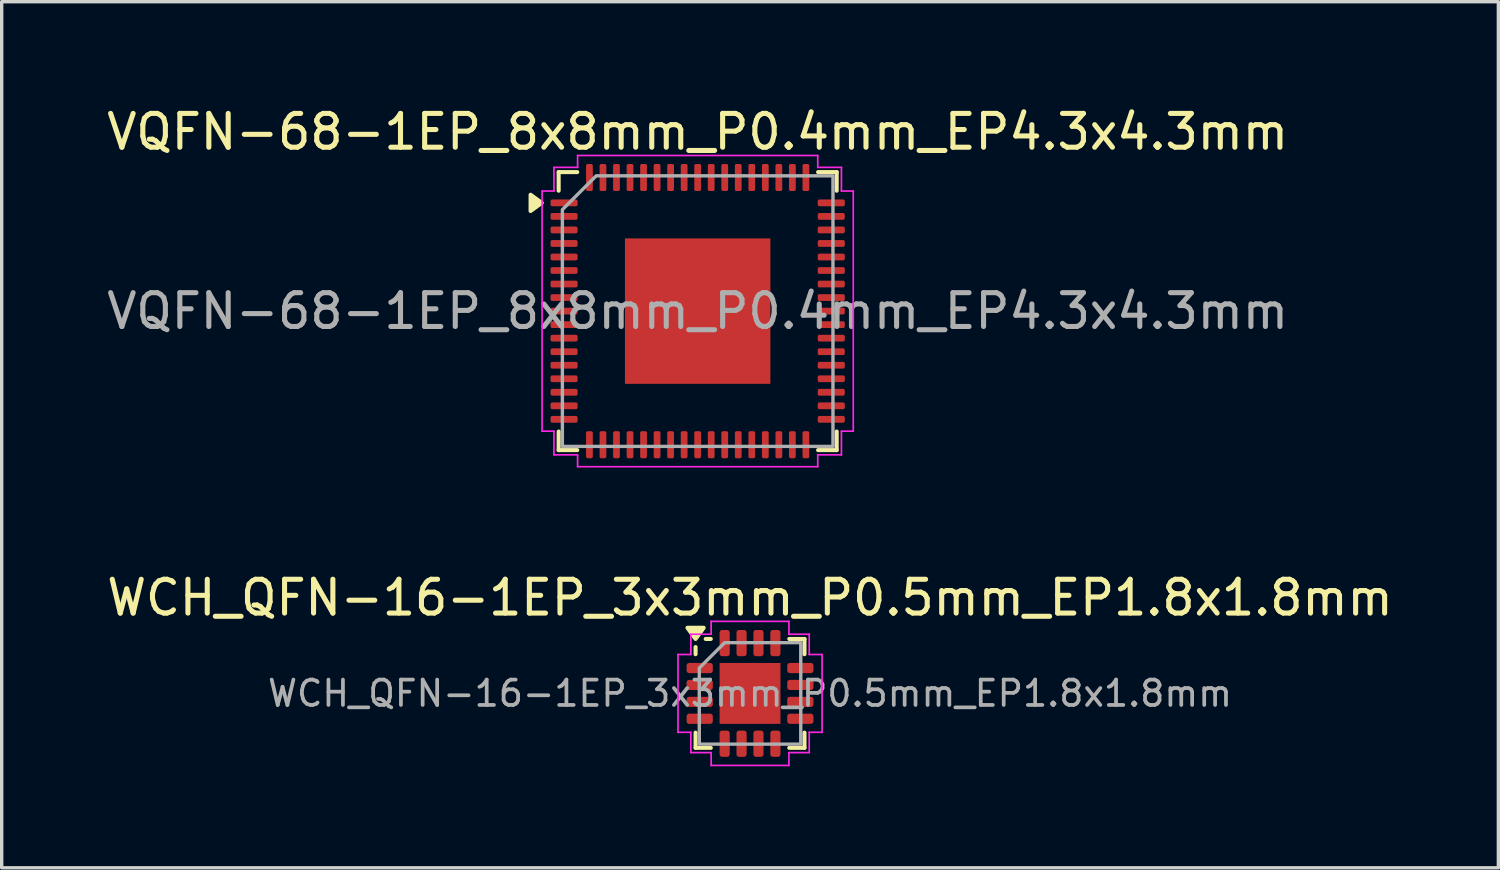
<source format=kicad_pcb>
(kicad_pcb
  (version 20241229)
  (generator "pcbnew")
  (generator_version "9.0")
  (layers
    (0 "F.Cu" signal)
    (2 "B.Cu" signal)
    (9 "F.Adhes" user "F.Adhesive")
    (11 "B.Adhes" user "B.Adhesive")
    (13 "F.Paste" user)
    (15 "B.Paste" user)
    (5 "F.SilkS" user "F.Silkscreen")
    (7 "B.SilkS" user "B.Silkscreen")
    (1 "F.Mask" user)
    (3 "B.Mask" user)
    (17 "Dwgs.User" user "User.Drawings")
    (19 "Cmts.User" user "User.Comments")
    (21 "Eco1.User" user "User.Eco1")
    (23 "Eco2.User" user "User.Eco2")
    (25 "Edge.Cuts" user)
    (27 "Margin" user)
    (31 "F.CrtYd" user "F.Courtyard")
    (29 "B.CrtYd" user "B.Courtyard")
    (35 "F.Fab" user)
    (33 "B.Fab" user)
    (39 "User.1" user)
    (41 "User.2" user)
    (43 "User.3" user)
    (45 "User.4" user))
  (footprint "VQFN-68-1EP_8x8mm_P0.4mm_EP4.3x4.3mm"
    (layer "F.Cu")
    (at 17.577 6.148)
    (property "Reference" "VQFN-68-1EP_8x8mm_P0.4mm_EP4.3x4.3mm" (at 0 -5.3 0) (layer "F.SilkS") (effects (font (size 1 1) (thickness 0.15))))
    (attr smd)
    (fp_line (start -4.11 -4.11) (end -3.56 -4.11) (stroke (width 0.12) (type solid)) (layer "F.SilkS"))
    (fp_line (start -4.11 -3.56) (end -4.11 -4.11) (stroke (width 0.12) (type solid)) (layer "F.SilkS"))
    (fp_line (start -4.11 4.11) (end -4.11 3.56) (stroke (width 0.12) (type solid)) (layer "F.SilkS"))
    (fp_line (start -3.56 4.11) (end -4.11 4.11) (stroke (width 0.12) (type solid)) (layer "F.SilkS"))
    (fp_line (start 3.56 -4.11) (end 4.11 -4.11) (stroke (width 0.12) (type solid)) (layer "F.SilkS"))
    (fp_line (start 4.11 -4.11) (end 4.11 -3.56) (stroke (width 0.12) (type solid)) (layer "F.SilkS"))
    (fp_line (start 4.11 3.56) (end 4.11 4.11) (stroke (width 0.12) (type solid)) (layer "F.SilkS"))
    (fp_line (start 4.11 4.11) (end 3.56 4.11) (stroke (width 0.12) (type solid)) (layer "F.SilkS"))
    (fp_poly (pts (xy -4.61 -3.2) (xy -4.94 -2.96) (xy -4.94 -3.44)) (stroke (width 0.12) (type solid)) (fill yes) (layer "F.SilkS"))
    (fp_line (start -4.6 -3.55) (end -4.25 -3.55) (stroke (width 0.05) (type solid)) (layer "F.CrtYd"))
    (fp_line (start -4.6 3.55) (end -4.6 -3.55) (stroke (width 0.05) (type solid)) (layer "F.CrtYd"))
    (fp_line (start -4.25 -4.25) (end -3.55 -4.25) (stroke (width 0.05) (type solid)) (layer "F.CrtYd"))
    (fp_line (start -4.25 -3.55) (end -4.25 -4.25) (stroke (width 0.05) (type solid)) (layer "F.CrtYd"))
    (fp_line (start -4.25 3.55) (end -4.6 3.55) (stroke (width 0.05) (type solid)) (layer "F.CrtYd"))
    (fp_line (start -4.25 4.25) (end -4.25 3.55) (stroke (width 0.05) (type solid)) (layer "F.CrtYd"))
    (fp_line (start -3.55 -4.6) (end 3.55 -4.6) (stroke (width 0.05) (type solid)) (layer "F.CrtYd"))
    (fp_line (start -3.55 -4.25) (end -3.55 -4.6) (stroke (width 0.05) (type solid)) (layer "F.CrtYd"))
    (fp_line (start -3.55 4.25) (end -4.25 4.25) (stroke (width 0.05) (type solid)) (layer "F.CrtYd"))
    (fp_line (start -3.55 4.6) (end -3.55 4.25) (stroke (width 0.05) (type solid)) (layer "F.CrtYd"))
    (fp_line (start 3.55 -4.6) (end 3.55 -4.25) (stroke (width 0.05) (type solid)) (layer "F.CrtYd"))
    (fp_line (start 3.55 -4.25) (end 4.25 -4.25) (stroke (width 0.05) (type solid)) (layer "F.CrtYd"))
    (fp_line (start 3.55 4.25) (end 3.55 4.6) (stroke (width 0.05) (type solid)) (layer "F.CrtYd"))
    (fp_line (start 3.55 4.6) (end -3.55 4.6) (stroke (width 0.05) (type solid)) (layer "F.CrtYd"))
    (fp_line (start 4.25 -4.25) (end 4.25 -3.55) (stroke (width 0.05) (type solid)) (layer "F.CrtYd"))
    (fp_line (start 4.25 -3.55) (end 4.6 -3.55) (stroke (width 0.05) (type solid)) (layer "F.CrtYd"))
    (fp_line (start 4.25 3.55) (end 4.25 4.25) (stroke (width 0.05) (type solid)) (layer "F.CrtYd"))
    (fp_line (start 4.25 4.25) (end 3.55 4.25) (stroke (width 0.05) (type solid)) (layer "F.CrtYd"))
    (fp_line (start 4.6 -3.55) (end 4.6 3.55) (stroke (width 0.05) (type solid)) (layer "F.CrtYd"))
    (fp_line (start 4.6 3.55) (end 4.25 3.55) (stroke (width 0.05) (type solid)) (layer "F.CrtYd"))
    (fp_poly (pts (xy -3 -4) (xy 4 -4) (xy 4 4) (xy -4 4) (xy -4 -3)) (stroke (width 0.1) (type solid)) (fill no) (layer "F.Fab"))
    (fp_text user "${REFERENCE}" (at 0 0 0) (layer "F.Fab") (effects (font (size 1 1) (thickness 0.15))))
    (pad "" smd roundrect (at -1.43 -1.43) (size 1.16 1.16) (layers "F.Paste") (roundrect_rratio 0.216))
    (pad "" smd roundrect (at -1.43 0) (size 1.16 1.16) (layers "F.Paste") (roundrect_rratio 0.216))
    (pad "" smd roundrect (at -1.43 1.43) (size 1.16 1.16) (layers "F.Paste") (roundrect_rratio 0.216))
    (pad "" smd roundrect (at 0 -1.43) (size 1.16 1.16) (layers "F.Paste") (roundrect_rratio 0.216))
    (pad "" smd roundrect (at 0 0) (size 1.16 1.16) (layers "F.Paste") (roundrect_rratio 0.216))
    (pad "" smd roundrect (at 0 1.43) (size 1.16 1.16) (layers "F.Paste") (roundrect_rratio 0.216))
    (pad "" smd roundrect (at 1.43 -1.43) (size 1.16 1.16) (layers "F.Paste") (roundrect_rratio 0.216))
    (pad "" smd roundrect (at 1.43 0) (size 1.16 1.16) (layers "F.Paste") (roundrect_rratio 0.216))
    (pad "" smd roundrect (at 1.43 1.43) (size 1.16 1.16) (layers "F.Paste") (roundrect_rratio 0.216))
    (pad "1" smd roundrect (at -3.95 -3.2) (size 0.8 0.2) (layers "F.Cu" "F.Mask" "F.Paste") (roundrect_rratio 0.25))
    (pad "2" smd roundrect (at -3.95 -2.8) (size 0.8 0.2) (layers "F.Cu" "F.Mask" "F.Paste") (roundrect_rratio 0.25))
    (pad "3" smd roundrect (at -3.95 -2.4) (size 0.8 0.2) (layers "F.Cu" "F.Mask" "F.Paste") (roundrect_rratio 0.25))
    (pad "4" smd roundrect (at -3.95 -2) (size 0.8 0.2) (layers "F.Cu" "F.Mask" "F.Paste") (roundrect_rratio 0.25))
    (pad "5" smd roundrect (at -3.95 -1.6) (size 0.8 0.2) (layers "F.Cu" "F.Mask" "F.Paste") (roundrect_rratio 0.25))
    (pad "6" smd roundrect (at -3.95 -1.2) (size 0.8 0.2) (layers "F.Cu" "F.Mask" "F.Paste") (roundrect_rratio 0.25))
    (pad "7" smd roundrect (at -3.95 -0.8) (size 0.8 0.2) (layers "F.Cu" "F.Mask" "F.Paste") (roundrect_rratio 0.25))
    (pad "8" smd roundrect (at -3.95 -0.4) (size 0.8 0.2) (layers "F.Cu" "F.Mask" "F.Paste") (roundrect_rratio 0.25))
    (pad "9" smd roundrect (at -3.95 0) (size 0.8 0.2) (layers "F.Cu" "F.Mask" "F.Paste") (roundrect_rratio 0.25))
    (pad "10" smd roundrect (at -3.95 0.4) (size 0.8 0.2) (layers "F.Cu" "F.Mask" "F.Paste") (roundrect_rratio 0.25))
    (pad "11" smd roundrect (at -3.95 0.8) (size 0.8 0.2) (layers "F.Cu" "F.Mask" "F.Paste") (roundrect_rratio 0.25))
    (pad "12" smd roundrect (at -3.95 1.2) (size 0.8 0.2) (layers "F.Cu" "F.Mask" "F.Paste") (roundrect_rratio 0.25))
    (pad "13" smd roundrect (at -3.95 1.6) (size 0.8 0.2) (layers "F.Cu" "F.Mask" "F.Paste") (roundrect_rratio 0.25))
    (pad "14" smd roundrect (at -3.95 2) (size 0.8 0.2) (layers "F.Cu" "F.Mask" "F.Paste") (roundrect_rratio 0.25))
    (pad "15" smd roundrect (at -3.95 2.4) (size 0.8 0.2) (layers "F.Cu" "F.Mask" "F.Paste") (roundrect_rratio 0.25))
    (pad "16" smd roundrect (at -3.95 2.8) (size 0.8 0.2) (layers "F.Cu" "F.Mask" "F.Paste") (roundrect_rratio 0.25))
    (pad "17" smd roundrect (at -3.95 3.2) (size 0.8 0.2) (layers "F.Cu" "F.Mask" "F.Paste") (roundrect_rratio 0.25))
    (pad "18" smd roundrect (at -3.2 3.95) (size 0.2 0.8) (layers "F.Cu" "F.Mask" "F.Paste") (roundrect_rratio 0.25))
    (pad "19" smd roundrect (at -2.8 3.95) (size 0.2 0.8) (layers "F.Cu" "F.Mask" "F.Paste") (roundrect_rratio 0.25))
    (pad "20" smd roundrect (at -2.4 3.95) (size 0.2 0.8) (layers "F.Cu" "F.Mask" "F.Paste") (roundrect_rratio 0.25))
    (pad "21" smd roundrect (at -2 3.95) (size 0.2 0.8) (layers "F.Cu" "F.Mask" "F.Paste") (roundrect_rratio 0.25))
    (pad "22" smd roundrect (at -1.6 3.95) (size 0.2 0.8) (layers "F.Cu" "F.Mask" "F.Paste") (roundrect_rratio 0.25))
    (pad "23" smd roundrect (at -1.2 3.95) (size 0.2 0.8) (layers "F.Cu" "F.Mask" "F.Paste") (roundrect_rratio 0.25))
    (pad "24" smd roundrect (at -0.8 3.95) (size 0.2 0.8) (layers "F.Cu" "F.Mask" "F.Paste") (roundrect_rratio 0.25))
    (pad "25" smd roundrect (at -0.4 3.95) (size 0.2 0.8) (layers "F.Cu" "F.Mask" "F.Paste") (roundrect_rratio 0.25))
    (pad "26" smd roundrect (at 0 3.95) (size 0.2 0.8) (layers "F.Cu" "F.Mask" "F.Paste") (roundrect_rratio 0.25))
    (pad "27" smd roundrect (at 0.4 3.95) (size 0.2 0.8) (layers "F.Cu" "F.Mask" "F.Paste") (roundrect_rratio 0.25))
    (pad "28" smd roundrect (at 0.8 3.95) (size 0.2 0.8) (layers "F.Cu" "F.Mask" "F.Paste") (roundrect_rratio 0.25))
    (pad "29" smd roundrect (at 1.2 3.95) (size 0.2 0.8) (layers "F.Cu" "F.Mask" "F.Paste") (roundrect_rratio 0.25))
    (pad "30" smd roundrect (at 1.6 3.95) (size 0.2 0.8) (layers "F.Cu" "F.Mask" "F.Paste") (roundrect_rratio 0.25))
    (pad "31" smd roundrect (at 2 3.95) (size 0.2 0.8) (layers "F.Cu" "F.Mask" "F.Paste") (roundrect_rratio 0.25))
    (pad "32" smd roundrect (at 2.4 3.95) (size 0.2 0.8) (layers "F.Cu" "F.Mask" "F.Paste") (roundrect_rratio 0.25))
    (pad "33" smd roundrect (at 2.8 3.95) (size 0.2 0.8) (layers "F.Cu" "F.Mask" "F.Paste") (roundrect_rratio 0.25))
    (pad "34" smd roundrect (at 3.2 3.95) (size 0.2 0.8) (layers "F.Cu" "F.Mask" "F.Paste") (roundrect_rratio 0.25))
    (pad "35" smd roundrect (at 3.95 3.2) (size 0.8 0.2) (layers "F.Cu" "F.Mask" "F.Paste") (roundrect_rratio 0.25))
    (pad "36" smd roundrect (at 3.95 2.8) (size 0.8 0.2) (layers "F.Cu" "F.Mask" "F.Paste") (roundrect_rratio 0.25))
    (pad "37" smd roundrect (at 3.95 2.4) (size 0.8 0.2) (layers "F.Cu" "F.Mask" "F.Paste") (roundrect_rratio 0.25))
    (pad "38" smd roundrect (at 3.95 2) (size 0.8 0.2) (layers "F.Cu" "F.Mask" "F.Paste") (roundrect_rratio 0.25))
    (pad "39" smd roundrect (at 3.95 1.6) (size 0.8 0.2) (layers "F.Cu" "F.Mask" "F.Paste") (roundrect_rratio 0.25))
    (pad "40" smd roundrect (at 3.95 1.2) (size 0.8 0.2) (layers "F.Cu" "F.Mask" "F.Paste") (roundrect_rratio 0.25))
    (pad "41" smd roundrect (at 3.95 0.8) (size 0.8 0.2) (layers "F.Cu" "F.Mask" "F.Paste") (roundrect_rratio 0.25))
    (pad "42" smd roundrect (at 3.95 0.4) (size 0.8 0.2) (layers "F.Cu" "F.Mask" "F.Paste") (roundrect_rratio 0.25))
    (pad "43" smd roundrect (at 3.95 0) (size 0.8 0.2) (layers "F.Cu" "F.Mask" "F.Paste") (roundrect_rratio 0.25))
    (pad "44" smd roundrect (at 3.95 -0.4) (size 0.8 0.2) (layers "F.Cu" "F.Mask" "F.Paste") (roundrect_rratio 0.25))
    (pad "45" smd roundrect (at 3.95 -0.8) (size 0.8 0.2) (layers "F.Cu" "F.Mask" "F.Paste") (roundrect_rratio 0.25))
    (pad "46" smd roundrect (at 3.95 -1.2) (size 0.8 0.2) (layers "F.Cu" "F.Mask" "F.Paste") (roundrect_rratio 0.25))
    (pad "47" smd roundrect (at 3.95 -1.6) (size 0.8 0.2) (layers "F.Cu" "F.Mask" "F.Paste") (roundrect_rratio 0.25))
    (pad "48" smd roundrect (at 3.95 -2) (size 0.8 0.2) (layers "F.Cu" "F.Mask" "F.Paste") (roundrect_rratio 0.25))
    (pad "49" smd roundrect (at 3.95 -2.4) (size 0.8 0.2) (layers "F.Cu" "F.Mask" "F.Paste") (roundrect_rratio 0.25))
    (pad "50" smd roundrect (at 3.95 -2.8) (size 0.8 0.2) (layers "F.Cu" "F.Mask" "F.Paste") (roundrect_rratio 0.25))
    (pad "51" smd roundrect (at 3.95 -3.2) (size 0.8 0.2) (layers "F.Cu" "F.Mask" "F.Paste") (roundrect_rratio 0.25))
    (pad "52" smd roundrect (at 3.2 -3.95) (size 0.2 0.8) (layers "F.Cu" "F.Mask" "F.Paste") (roundrect_rratio 0.25))
    (pad "53" smd roundrect (at 2.8 -3.95) (size 0.2 0.8) (layers "F.Cu" "F.Mask" "F.Paste") (roundrect_rratio 0.25))
    (pad "54" smd roundrect (at 2.4 -3.95) (size 0.2 0.8) (layers "F.Cu" "F.Mask" "F.Paste") (roundrect_rratio 0.25))
    (pad "55" smd roundrect (at 2 -3.95) (size 0.2 0.8) (layers "F.Cu" "F.Mask" "F.Paste") (roundrect_rratio 0.25))
    (pad "56" smd roundrect (at 1.6 -3.95) (size 0.2 0.8) (layers "F.Cu" "F.Mask" "F.Paste") (roundrect_rratio 0.25))
    (pad "57" smd roundrect (at 1.2 -3.95) (size 0.2 0.8) (layers "F.Cu" "F.Mask" "F.Paste") (roundrect_rratio 0.25))
    (pad "58" smd roundrect (at 0.8 -3.95) (size 0.2 0.8) (layers "F.Cu" "F.Mask" "F.Paste") (roundrect_rratio 0.25))
    (pad "59" smd roundrect (at 0.4 -3.95) (size 0.2 0.8) (layers "F.Cu" "F.Mask" "F.Paste") (roundrect_rratio 0.25))
    (pad "60" smd roundrect (at 0 -3.95) (size 0.2 0.8) (layers "F.Cu" "F.Mask" "F.Paste") (roundrect_rratio 0.25))
    (pad "61" smd roundrect (at -0.4 -3.95) (size 0.2 0.8) (layers "F.Cu" "F.Mask" "F.Paste") (roundrect_rratio 0.25))
    (pad "62" smd roundrect (at -0.8 -3.95) (size 0.2 0.8) (layers "F.Cu" "F.Mask" "F.Paste") (roundrect_rratio 0.25))
    (pad "63" smd roundrect (at -1.2 -3.95) (size 0.2 0.8) (layers "F.Cu" "F.Mask" "F.Paste") (roundrect_rratio 0.25))
    (pad "64" smd roundrect (at -1.6 -3.95) (size 0.2 0.8) (layers "F.Cu" "F.Mask" "F.Paste") (roundrect_rratio 0.25))
    (pad "65" smd roundrect (at -2 -3.95) (size 0.2 0.8) (layers "F.Cu" "F.Mask" "F.Paste") (roundrect_rratio 0.25))
    (pad "66" smd roundrect (at -2.4 -3.95) (size 0.2 0.8) (layers "F.Cu" "F.Mask" "F.Paste") (roundrect_rratio 0.25))
    (pad "67" smd roundrect (at -2.8 -3.95) (size 0.2 0.8) (layers "F.Cu" "F.Mask" "F.Paste") (roundrect_rratio 0.25))
    (pad "68" smd roundrect (at -3.2 -3.95) (size 0.2 0.8) (layers "F.Cu" "F.Mask" "F.Paste") (roundrect_rratio 0.25))
    (pad "69" smd rect (at 0 0) (size 4.3 4.3) (property pad_prop_heatsink) (layers "F.Cu" "F.Mask")))
  (footprint "WCH_QFN-16-1EP_3x3mm_P0.5mm_EP1.8x1.8mm"
    (layer "F.Cu")
    (at 19.125 17.451)
    (property "Reference" "WCH_QFN-16-1EP_3x3mm_P0.5mm_EP1.8x1.8mm" (at 0 -2.83 0) (layer "F.SilkS") (effects (font (size 1 1) (thickness 0.15))))
    (attr smd)
    (fp_line (start -1.61 -1.16) (end -1.61 -1.37) (stroke (width 0.12) (type solid)) (layer "F.SilkS"))
    (fp_line (start -1.61 1.61) (end -1.61 1.16) (stroke (width 0.12) (type solid)) (layer "F.SilkS"))
    (fp_line (start -1.16 -1.61) (end -1.31 -1.61) (stroke (width 0.12) (type solid)) (layer "F.SilkS"))
    (fp_line (start -1.16 1.61) (end -1.61 1.61) (stroke (width 0.12) (type solid)) (layer "F.SilkS"))
    (fp_line (start 1.16 -1.61) (end 1.61 -1.61) (stroke (width 0.12) (type solid)) (layer "F.SilkS"))
    (fp_line (start 1.16 1.61) (end 1.61 1.61) (stroke (width 0.12) (type solid)) (layer "F.SilkS"))
    (fp_line (start 1.61 -1.61) (end 1.61 -1.16) (stroke (width 0.12) (type solid)) (layer "F.SilkS"))
    (fp_line (start 1.61 1.61) (end 1.61 1.16) (stroke (width 0.12) (type solid)) (layer "F.SilkS"))
    (fp_poly (pts (xy -1.61 -1.61) (xy -1.85 -1.94) (xy -1.37 -1.94)) (stroke (width 0.12) (type solid)) (fill yes) (layer "F.SilkS"))
    (fp_line (start -2.13 -1.15) (end -1.75 -1.15) (stroke (width 0.05) (type solid)) (layer "F.CrtYd"))
    (fp_line (start -2.13 1.15) (end -2.13 -1.15) (stroke (width 0.05) (type solid)) (layer "F.CrtYd"))
    (fp_line (start -1.75 -1.75) (end -1.15 -1.75) (stroke (width 0.05) (type solid)) (layer "F.CrtYd"))
    (fp_line (start -1.75 -1.15) (end -1.75 -1.75) (stroke (width 0.05) (type solid)) (layer "F.CrtYd"))
    (fp_line (start -1.75 1.15) (end -2.13 1.15) (stroke (width 0.05) (type solid)) (layer "F.CrtYd"))
    (fp_line (start -1.75 1.75) (end -1.75 1.15) (stroke (width 0.05) (type solid)) (layer "F.CrtYd"))
    (fp_line (start -1.15 -2.13) (end 1.15 -2.13) (stroke (width 0.05) (type solid)) (layer "F.CrtYd"))
    (fp_line (start -1.15 -1.75) (end -1.15 -2.13) (stroke (width 0.05) (type solid)) (layer "F.CrtYd"))
    (fp_line (start -1.15 1.75) (end -1.75 1.75) (stroke (width 0.05) (type solid)) (layer "F.CrtYd"))
    (fp_line (start -1.15 2.13) (end -1.15 1.75) (stroke (width 0.05) (type solid)) (layer "F.CrtYd"))
    (fp_line (start 1.15 -2.13) (end 1.15 -1.75) (stroke (width 0.05) (type solid)) (layer "F.CrtYd"))
    (fp_line (start 1.15 -1.75) (end 1.75 -1.75) (stroke (width 0.05) (type solid)) (layer "F.CrtYd"))
    (fp_line (start 1.15 1.75) (end 1.15 2.13) (stroke (width 0.05) (type solid)) (layer "F.CrtYd"))
    (fp_line (start 1.15 2.13) (end -1.15 2.13) (stroke (width 0.05) (type solid)) (layer "F.CrtYd"))
    (fp_line (start 1.75 -1.75) (end 1.75 -1.15) (stroke (width 0.05) (type solid)) (layer "F.CrtYd"))
    (fp_line (start 1.75 -1.15) (end 2.13 -1.15) (stroke (width 0.05) (type solid)) (layer "F.CrtYd"))
    (fp_line (start 1.75 1.15) (end 1.75 1.75) (stroke (width 0.05) (type solid)) (layer "F.CrtYd"))
    (fp_line (start 1.75 1.75) (end 1.15 1.75) (stroke (width 0.05) (type solid)) (layer "F.CrtYd"))
    (fp_line (start 2.13 -1.15) (end 2.13 1.15) (stroke (width 0.05) (type solid)) (layer "F.CrtYd"))
    (fp_line (start 2.13 1.15) (end 1.75 1.15) (stroke (width 0.05) (type solid)) (layer "F.CrtYd"))
    (fp_poly (pts (xy -1.5 -0.75) (xy -1.5 1.5) (xy 1.5 1.5) (xy 1.5 -1.5) (xy -0.75 -1.5)) (stroke (width 0.1) (type solid)) (fill no) (layer "F.Fab"))
    (fp_text user "${REFERENCE}" (at 0 0 0) (layer "F.Fab") (effects (font (size 0.75 0.75) (thickness 0.11))))
    (pad "" smd roundrect (at -0.45 -0.45) (size 0.73 0.73) (layers "F.Paste") (roundrect_rratio 0.25))
    (pad "" smd roundrect (at -0.45 0.45) (size 0.73 0.73) (layers "F.Paste") (roundrect_rratio 0.25))
    (pad "" smd roundrect (at 0.45 -0.45) (size 0.73 0.73) (layers "F.Paste") (roundrect_rratio 0.25))
    (pad "" smd roundrect (at 0.45 0.45) (size 0.73 0.73) (layers "F.Paste") (roundrect_rratio 0.25))
    (pad "1" smd roundrect (at -1.488 -0.75) (size 0.775 0.3) (layers "F.Cu" "F.Mask" "F.Paste") (roundrect_rratio 0.25))
    (pad "2" smd roundrect (at -1.488 -0.25) (size 0.775 0.3) (layers "F.Cu" "F.Mask" "F.Paste") (roundrect_rratio 0.25))
    (pad "3" smd roundrect (at -1.488 0.25) (size 0.775 0.3) (layers "F.Cu" "F.Mask" "F.Paste") (roundrect_rratio 0.25))
    (pad "4" smd roundrect (at -1.488 0.75) (size 0.775 0.3) (layers "F.Cu" "F.Mask" "F.Paste") (roundrect_rratio 0.25))
    (pad "5" smd roundrect (at -0.75 1.488) (size 0.3 0.775) (layers "F.Cu" "F.Mask" "F.Paste") (roundrect_rratio 0.25))
    (pad "6" smd roundrect (at -0.25 1.488) (size 0.3 0.775) (layers "F.Cu" "F.Mask" "F.Paste") (roundrect_rratio 0.25))
    (pad "7" smd roundrect (at 0.25 1.488) (size 0.3 0.775) (layers "F.Cu" "F.Mask" "F.Paste") (roundrect_rratio 0.25))
    (pad "8" smd roundrect (at 0.75 1.488) (size 0.3 0.775) (layers "F.Cu" "F.Mask" "F.Paste") (roundrect_rratio 0.25))
    (pad "9" smd roundrect (at 1.488 0.75) (size 0.775 0.3) (layers "F.Cu" "F.Mask" "F.Paste") (roundrect_rratio 0.25))
    (pad "10" smd roundrect (at 1.488 0.25) (size 0.775 0.3) (layers "F.Cu" "F.Mask" "F.Paste") (roundrect_rratio 0.25))
    (pad "11" smd roundrect (at 1.488 -0.25) (size 0.775 0.3) (layers "F.Cu" "F.Mask" "F.Paste") (roundrect_rratio 0.25))
    (pad "12" smd roundrect (at 1.488 -0.75) (size 0.775 0.3) (layers "F.Cu" "F.Mask" "F.Paste") (roundrect_rratio 0.25))
    (pad "13" smd roundrect (at 0.75 -1.488) (size 0.3 0.775) (layers "F.Cu" "F.Mask" "F.Paste") (roundrect_rratio 0.25))
    (pad "14" smd roundrect (at 0.25 -1.488) (size 0.3 0.775) (layers "F.Cu" "F.Mask" "F.Paste") (roundrect_rratio 0.25))
    (pad "15" smd roundrect (at -0.25 -1.488) (size 0.3 0.775) (layers "F.Cu" "F.Mask" "F.Paste") (roundrect_rratio 0.25))
    (pad "16" smd roundrect (at -0.75 -1.488) (size 0.3 0.775) (layers "F.Cu" "F.Mask" "F.Paste") (roundrect_rratio 0.25))
    (pad "17" smd rect (at 0 0) (size 1.8 1.8) (property pad_prop_heatsink) (layers "F.Cu" "F.Mask")))
  (gr_rect
    (start -3 -3)
    (end 41.25 22.607)
    (stroke (width 0.1) (type default))
    (fill no)
    (layer "Edge.Cuts")))
</source>
